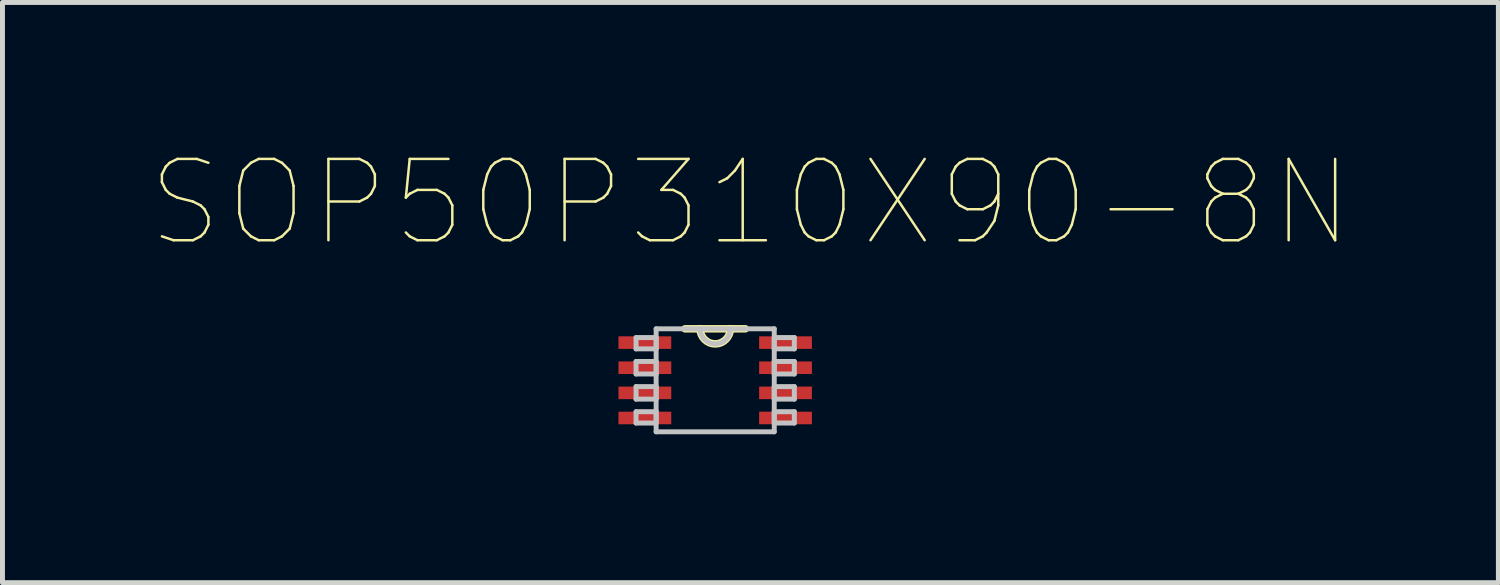
<source format=kicad_pcb>
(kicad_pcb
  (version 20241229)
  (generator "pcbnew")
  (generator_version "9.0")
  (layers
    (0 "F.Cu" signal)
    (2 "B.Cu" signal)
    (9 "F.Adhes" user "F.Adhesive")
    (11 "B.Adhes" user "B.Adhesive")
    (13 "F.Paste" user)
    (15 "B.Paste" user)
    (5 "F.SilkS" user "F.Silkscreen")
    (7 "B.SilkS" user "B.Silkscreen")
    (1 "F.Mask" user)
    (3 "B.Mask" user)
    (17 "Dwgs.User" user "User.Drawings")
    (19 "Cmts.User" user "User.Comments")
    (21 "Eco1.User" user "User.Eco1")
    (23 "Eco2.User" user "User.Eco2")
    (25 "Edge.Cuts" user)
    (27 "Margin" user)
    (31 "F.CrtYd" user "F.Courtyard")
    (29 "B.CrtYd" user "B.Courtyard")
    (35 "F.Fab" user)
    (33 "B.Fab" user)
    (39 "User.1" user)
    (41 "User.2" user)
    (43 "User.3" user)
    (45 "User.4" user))
  (footprint "SOP50P310X90-8N"
    (layer "F.Cu")
    (at 11.41 4.639)
    (property "Reference" "SOP50P310X90-8N" (at 0.713 -3.59 0) (layer "F.SilkS") (effects (font (size 1.644 1.644) (thickness 0.05))))
    (attr smd)
    (fp_line (start -0.305 -1.041) (end -0.61 -1.041) (stroke (width 0.152) (type solid)) (layer "F.SilkS"))
    (fp_line (start 0.305 -1.041) (end -0.305 -1.041) (stroke (width 0.152) (type solid)) (layer "F.SilkS"))
    (fp_line (start 0.61 -1.041) (end 0.305 -1.041) (stroke (width 0.152) (type solid)) (layer "F.SilkS"))
    (fp_arc (start 0.3048 -1.0414) (mid 0 -0.7366) (end -0.3048 -1.0414) (stroke (width 0.1524) (type solid)) (layer "F.SilkS"))
    (fp_line (start -1.6 -0.864) (end -1.6 -0.635) (stroke (width 0.1) (type solid)) (layer "Dwgs.User"))
    (fp_line (start -1.6 -0.635) (end -1.194 -0.635) (stroke (width 0.1) (type solid)) (layer "Dwgs.User"))
    (fp_line (start -1.6 -0.381) (end -1.6 -0.127) (stroke (width 0.1) (type solid)) (layer "Dwgs.User"))
    (fp_line (start -1.6 -0.127) (end -1.194 -0.127) (stroke (width 0.1) (type solid)) (layer "Dwgs.User"))
    (fp_line (start -1.6 0.127) (end -1.6 0.381) (stroke (width 0.1) (type solid)) (layer "Dwgs.User"))
    (fp_line (start -1.6 0.381) (end -1.194 0.381) (stroke (width 0.1) (type solid)) (layer "Dwgs.User"))
    (fp_line (start -1.6 0.635) (end -1.6 0.864) (stroke (width 0.1) (type solid)) (layer "Dwgs.User"))
    (fp_line (start -1.6 0.864) (end -1.194 0.864) (stroke (width 0.1) (type solid)) (layer "Dwgs.User"))
    (fp_line (start -1.194 -1.041) (end -1.194 1.041) (stroke (width 0.1) (type solid)) (layer "Dwgs.User"))
    (fp_line (start -1.194 -0.864) (end -1.6 -0.864) (stroke (width 0.1) (type solid)) (layer "Dwgs.User"))
    (fp_line (start -1.194 -0.635) (end -1.194 -0.864) (stroke (width 0.1) (type solid)) (layer "Dwgs.User"))
    (fp_line (start -1.194 -0.381) (end -1.6 -0.381) (stroke (width 0.1) (type solid)) (layer "Dwgs.User"))
    (fp_line (start -1.194 -0.127) (end -1.194 -0.381) (stroke (width 0.1) (type solid)) (layer "Dwgs.User"))
    (fp_line (start -1.194 0.127) (end -1.6 0.127) (stroke (width 0.1) (type solid)) (layer "Dwgs.User"))
    (fp_line (start -1.194 0.381) (end -1.194 0.127) (stroke (width 0.1) (type solid)) (layer "Dwgs.User"))
    (fp_line (start -1.194 0.635) (end -1.6 0.635) (stroke (width 0.1) (type solid)) (layer "Dwgs.User"))
    (fp_line (start -1.194 0.864) (end -1.194 0.635) (stroke (width 0.1) (type solid)) (layer "Dwgs.User"))
    (fp_line (start -1.194 1.041) (end 1.194 1.041) (stroke (width 0.1) (type solid)) (layer "Dwgs.User"))
    (fp_line (start -0.305 -1.041) (end -1.194 -1.041) (stroke (width 0.1) (type solid)) (layer "Dwgs.User"))
    (fp_line (start 0.305 -1.041) (end -0.305 -1.041) (stroke (width 0.1) (type solid)) (layer "Dwgs.User"))
    (fp_line (start 1.194 -1.041) (end 0.305 -1.041) (stroke (width 0.1) (type solid)) (layer "Dwgs.User"))
    (fp_line (start 1.194 -0.864) (end 1.194 -0.635) (stroke (width 0.1) (type solid)) (layer "Dwgs.User"))
    (fp_line (start 1.194 -0.635) (end 1.6 -0.635) (stroke (width 0.1) (type solid)) (layer "Dwgs.User"))
    (fp_line (start 1.194 -0.381) (end 1.194 -0.127) (stroke (width 0.1) (type solid)) (layer "Dwgs.User"))
    (fp_line (start 1.194 -0.127) (end 1.6 -0.127) (stroke (width 0.1) (type solid)) (layer "Dwgs.User"))
    (fp_line (start 1.194 0.127) (end 1.194 0.381) (stroke (width 0.1) (type solid)) (layer "Dwgs.User"))
    (fp_line (start 1.194 0.381) (end 1.6 0.381) (stroke (width 0.1) (type solid)) (layer "Dwgs.User"))
    (fp_line (start 1.194 0.635) (end 1.194 0.864) (stroke (width 0.1) (type solid)) (layer "Dwgs.User"))
    (fp_line (start 1.194 0.864) (end 1.6 0.864) (stroke (width 0.1) (type solid)) (layer "Dwgs.User"))
    (fp_line (start 1.194 1.041) (end 1.194 -1.041) (stroke (width 0.1) (type solid)) (layer "Dwgs.User"))
    (fp_line (start 1.6 -0.864) (end 1.194 -0.864) (stroke (width 0.1) (type solid)) (layer "Dwgs.User"))
    (fp_line (start 1.6 -0.635) (end 1.6 -0.864) (stroke (width 0.1) (type solid)) (layer "Dwgs.User"))
    (fp_line (start 1.6 -0.381) (end 1.194 -0.381) (stroke (width 0.1) (type solid)) (layer "Dwgs.User"))
    (fp_line (start 1.6 -0.127) (end 1.6 -0.381) (stroke (width 0.1) (type solid)) (layer "Dwgs.User"))
    (fp_line (start 1.6 0.127) (end 1.194 0.127) (stroke (width 0.1) (type solid)) (layer "Dwgs.User"))
    (fp_line (start 1.6 0.381) (end 1.6 0.127) (stroke (width 0.1) (type solid)) (layer "Dwgs.User"))
    (fp_line (start 1.6 0.635) (end 1.194 0.635) (stroke (width 0.1) (type solid)) (layer "Dwgs.User"))
    (fp_line (start 1.6 0.864) (end 1.6 0.635) (stroke (width 0.1) (type solid)) (layer "Dwgs.User"))
    (fp_arc (start 0.3048 -1.0414) (mid 0 -0.7366) (end -0.3048 -1.0414) (stroke (width 0.1) (type solid)) (layer "Dwgs.User"))
    (pad "1" smd rect (at -1.422 -0.762) (size 1.067 0.254) (layers "F.Cu" "F.Mask" "F.Paste"))
    (pad "2" smd rect (at -1.422 -0.254) (size 1.067 0.254) (layers "F.Cu" "F.Mask" "F.Paste"))
    (pad "3" smd rect (at -1.422 0.254) (size 1.067 0.254) (layers "F.Cu" "F.Mask" "F.Paste"))
    (pad "4" smd rect (at -1.422 0.762) (size 1.067 0.254) (layers "F.Cu" "F.Mask" "F.Paste"))
    (pad "5" smd rect (at 1.422 0.762) (size 1.067 0.254) (layers "F.Cu" "F.Mask" "F.Paste"))
    (pad "6" smd rect (at 1.422 0.254) (size 1.067 0.254) (layers "F.Cu" "F.Mask" "F.Paste"))
    (pad "7" smd rect (at 1.422 -0.254) (size 1.067 0.254) (layers "F.Cu" "F.Mask" "F.Paste"))
    (pad "8" smd rect (at 1.422 -0.762) (size 1.067 0.254) (layers "F.Cu" "F.Mask" "F.Paste")))
  (gr_rect
    (start -3 -3)
    (end 27.245 8.731)
    (stroke (width 0.1) (type default))
    (fill no)
    (layer "Edge.Cuts")))
</source>
